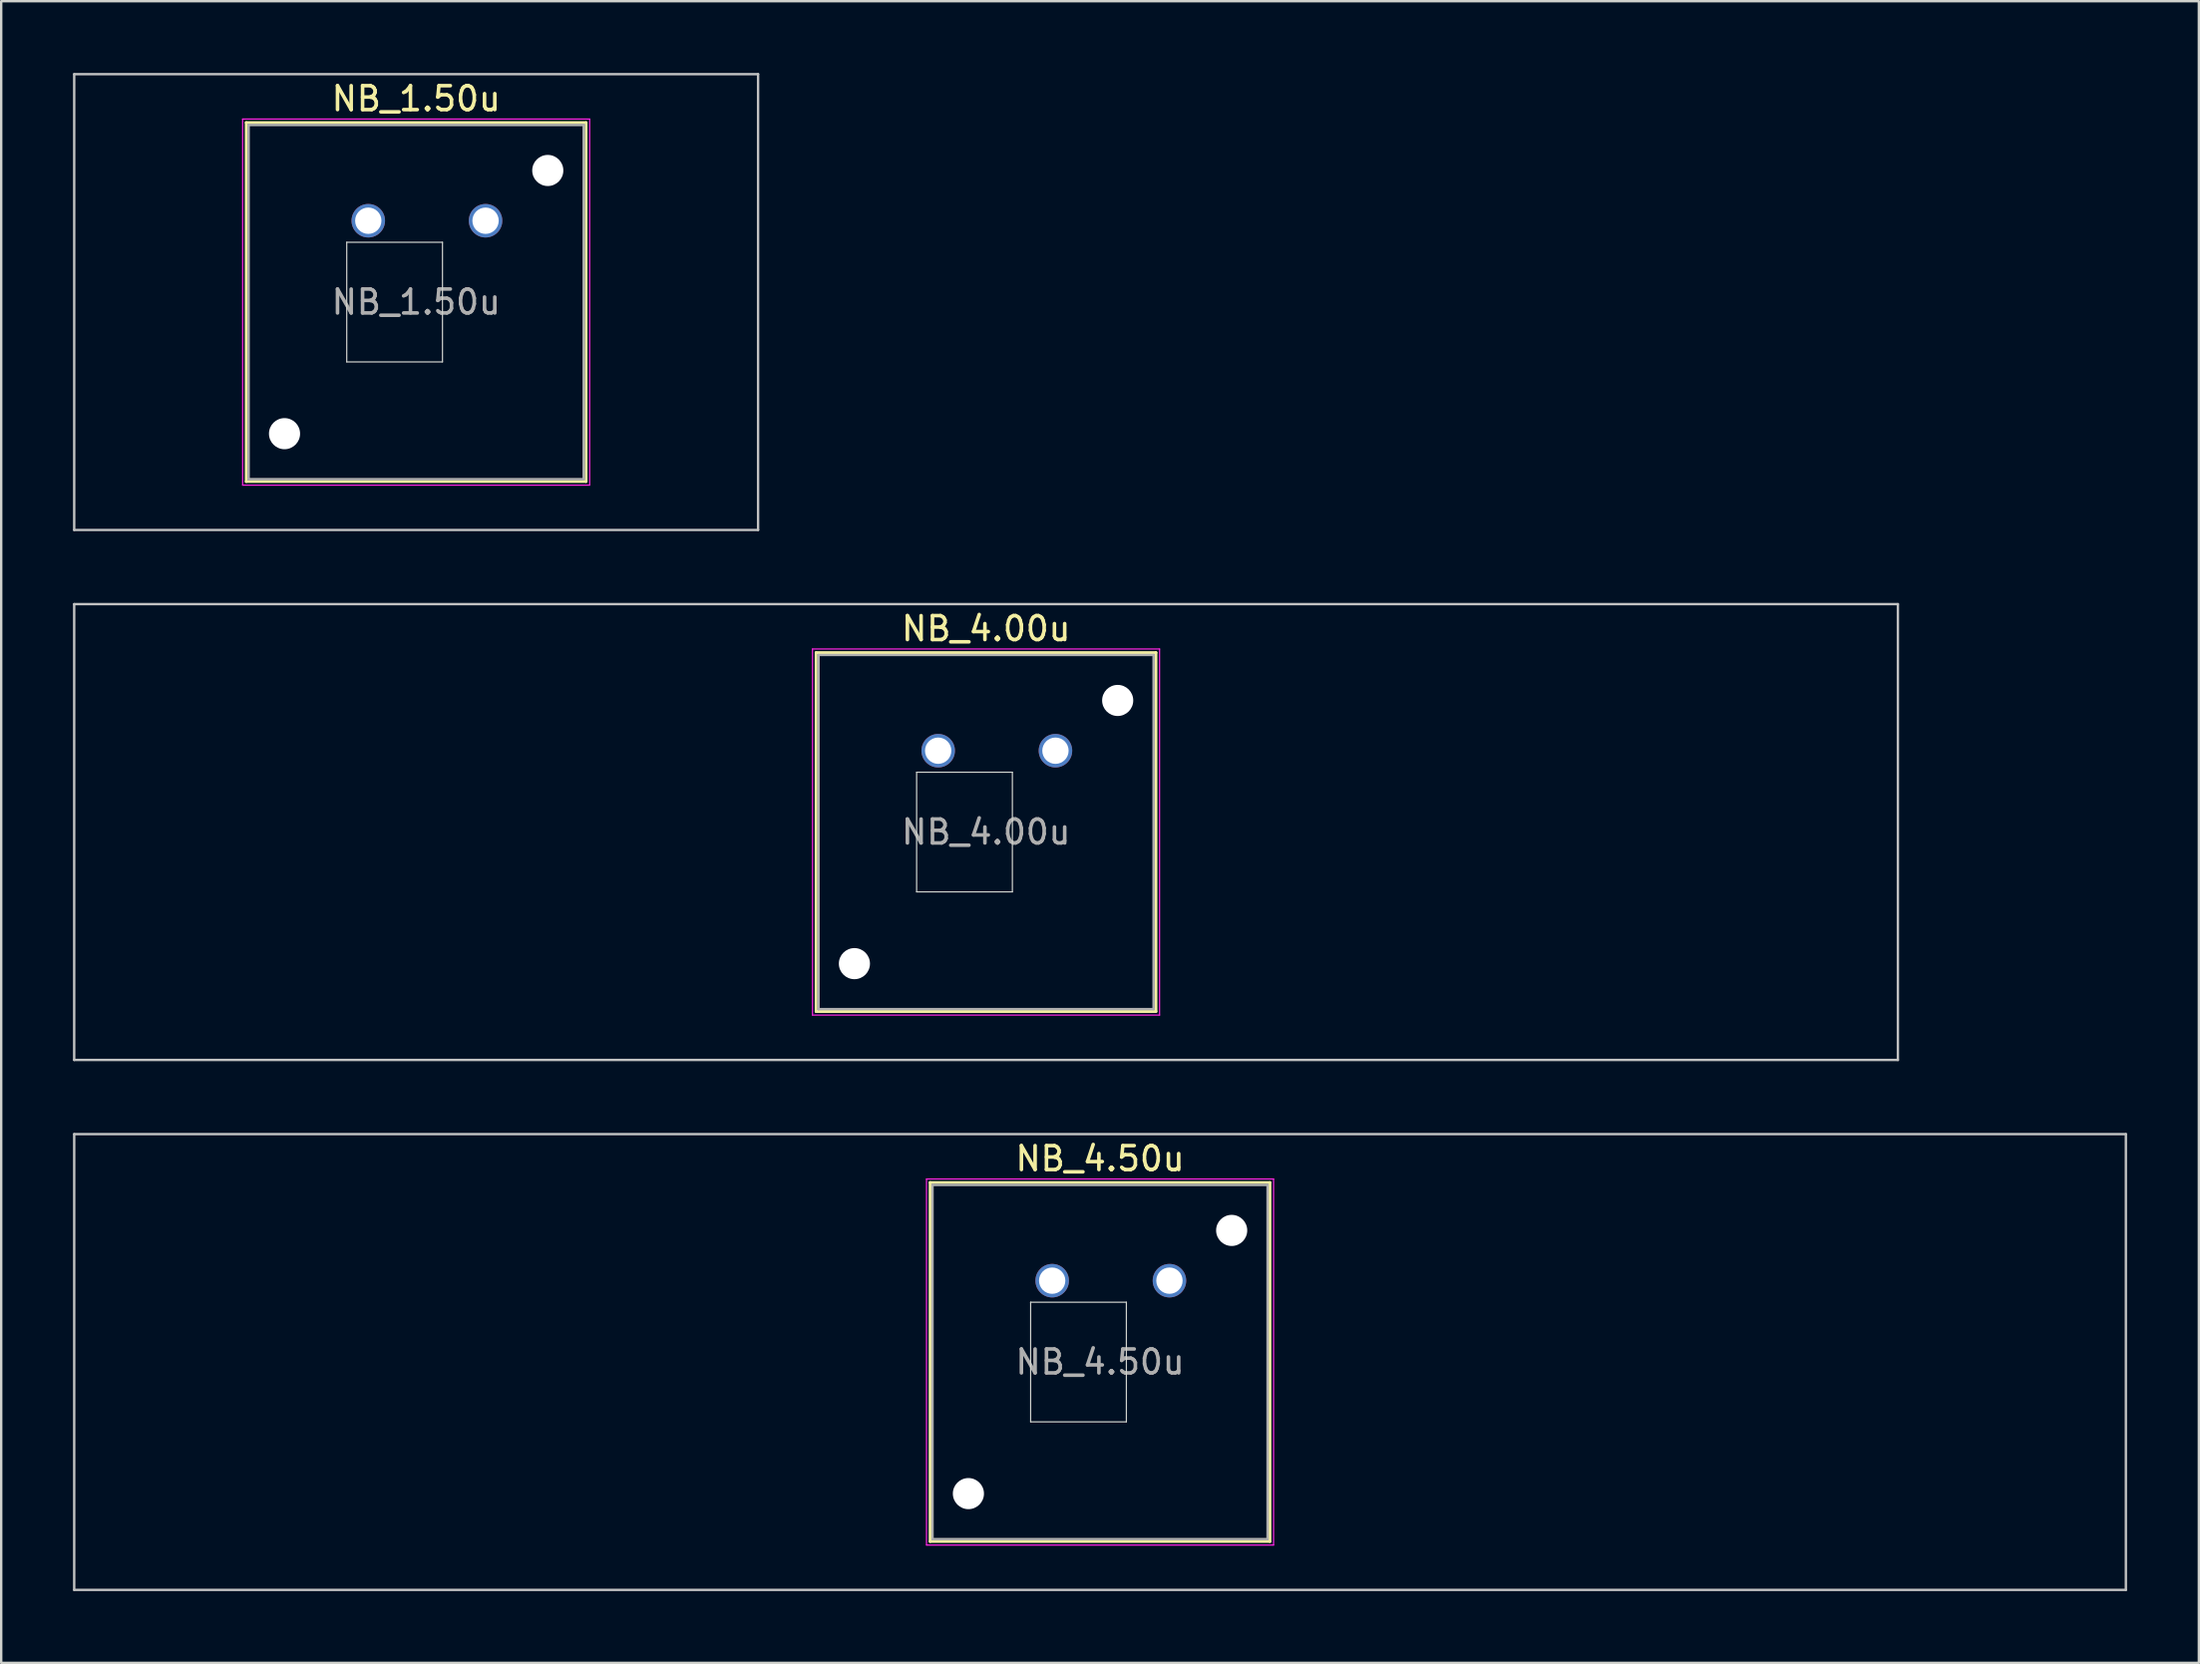
<source format=kicad_pcb>
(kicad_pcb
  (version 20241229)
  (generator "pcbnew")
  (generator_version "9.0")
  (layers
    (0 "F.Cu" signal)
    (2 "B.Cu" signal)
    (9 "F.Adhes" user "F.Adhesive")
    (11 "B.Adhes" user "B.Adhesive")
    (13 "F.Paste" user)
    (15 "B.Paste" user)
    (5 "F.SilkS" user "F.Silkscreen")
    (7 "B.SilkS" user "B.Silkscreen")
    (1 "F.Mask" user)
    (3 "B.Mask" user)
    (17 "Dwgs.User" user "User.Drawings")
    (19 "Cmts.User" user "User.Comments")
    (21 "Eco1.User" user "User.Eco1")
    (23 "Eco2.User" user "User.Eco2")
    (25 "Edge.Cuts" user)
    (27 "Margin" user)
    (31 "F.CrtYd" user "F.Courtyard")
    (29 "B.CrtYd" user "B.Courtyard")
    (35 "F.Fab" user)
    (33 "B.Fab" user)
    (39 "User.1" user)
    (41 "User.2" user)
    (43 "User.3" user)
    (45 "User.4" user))
  (footprint "NB_4.50u"
    (layer "F.Cu")
    (at 42.913 53.875)
    (property "Reference" "NB_4.50u" (at 0 -8.5 0) (layer "F.SilkS") (effects (font (size 1 1) (thickness 0.15))))
    (attr through_hole)
    (fp_line (start -7.1 -7.5) (end -7.1 7.5) (stroke (width 0.12) (type solid)) (layer "F.SilkS"))
    (fp_line (start -7.1 7.5) (end 7.1 7.5) (stroke (width 0.12) (type solid)) (layer "F.SilkS"))
    (fp_line (start 7.1 -7.5) (end -7.1 -7.5) (stroke (width 0.12) (type solid)) (layer "F.SilkS"))
    (fp_line (start 7.1 7.5) (end 7.1 -7.5) (stroke (width 0.12) (type solid)) (layer "F.SilkS"))
    (fp_line (start -42.862 -9.525) (end -42.862 9.525) (stroke (width 0.1) (type solid)) (layer "Dwgs.User"))
    (fp_line (start -42.862 9.525) (end 42.862 9.525) (stroke (width 0.1) (type solid)) (layer "Dwgs.User"))
    (fp_line (start 42.862 -9.525) (end -42.862 -9.525) (stroke (width 0.1) (type solid)) (layer "Dwgs.User"))
    (fp_line (start 42.862 9.525) (end 42.862 -9.525) (stroke (width 0.1) (type solid)) (layer "Dwgs.User"))
    (fp_line (start -8 -8) (end -8 8) (stroke (width 0.1) (type solid)) (layer "Eco1.User"))
    (fp_line (start -8 8) (end 8 8) (stroke (width 0.1) (type solid)) (layer "Eco1.User"))
    (fp_line (start 8 -8) (end -8 -8) (stroke (width 0.1) (type solid)) (layer "Eco1.User"))
    (fp_line (start 8 8) (end 8 -8) (stroke (width 0.1) (type solid)) (layer "Eco1.User"))
    (fp_line (start -2.9 -2.5) (end 1.1 -2.5) (stroke (width 0.05) (type solid)) (layer "Edge.Cuts"))
    (fp_line (start -2.9 2.5) (end -2.9 -2.5) (stroke (width 0.05) (type solid)) (layer "Edge.Cuts"))
    (fp_line (start 1.1 -2.5) (end 1.1 2.5) (stroke (width 0.05) (type solid)) (layer "Edge.Cuts"))
    (fp_line (start 1.1 2.5) (end -2.9 2.5) (stroke (width 0.05) (type solid)) (layer "Edge.Cuts"))
    (fp_line (start -7.25 -7.65) (end -7.25 7.65) (stroke (width 0.05) (type solid)) (layer "F.CrtYd"))
    (fp_line (start -7.25 7.65) (end 7.25 7.65) (stroke (width 0.05) (type solid)) (layer "F.CrtYd"))
    (fp_line (start 7.25 -7.65) (end -7.25 -7.65) (stroke (width 0.05) (type solid)) (layer "F.CrtYd"))
    (fp_line (start 7.25 7.65) (end 7.25 -7.65) (stroke (width 0.05) (type solid)) (layer "F.CrtYd"))
    (fp_line (start -7 -7.4) (end -7 7.4) (stroke (width 0.1) (type solid)) (layer "F.Fab"))
    (fp_line (start -7 7.4) (end 7 7.4) (stroke (width 0.1) (type solid)) (layer "F.Fab"))
    (fp_line (start 7 -7.4) (end -7 -7.4) (stroke (width 0.1) (type solid)) (layer "F.Fab"))
    (fp_line (start 7 7.4) (end 7 -7.4) (stroke (width 0.1) (type solid)) (layer "F.Fab"))
    (fp_text user "${REFERENCE}" (at 0 0 0) (layer "F.Fab") (effects (font (size 1 1) (thickness 0.15))))
    (pad "" np_thru_hole circle (at -5.5 5.5) (size 1.3 1.3) (drill 1.3) (layers "*.Cu" "*.Mask"))
    (pad "" np_thru_hole circle (at 5.5 -5.5) (size 1.3 1.3) (drill 1.3) (layers "*.Cu" "*.Mask"))
    (pad "1" thru_hole circle (at -2 -3.4) (size 1.4 1.4) (drill 1.1) (layers "*.Cu" "*.Mask"))
    (pad "2" thru_hole circle (at 2.9 -3.4) (size 1.4 1.4) (drill 1.1) (layers "*.Cu" "*.Mask")))
  (footprint "NB_4.00u"
    (layer "F.Cu")
    (at 38.15 31.725)
    (property "Reference" "NB_4.00u" (at 0 -8.5 0) (layer "F.SilkS") (effects (font (size 1 1) (thickness 0.15))))
    (attr through_hole)
    (fp_line (start -7.1 -7.5) (end -7.1 7.5) (stroke (width 0.12) (type solid)) (layer "F.SilkS"))
    (fp_line (start -7.1 7.5) (end 7.1 7.5) (stroke (width 0.12) (type solid)) (layer "F.SilkS"))
    (fp_line (start 7.1 -7.5) (end -7.1 -7.5) (stroke (width 0.12) (type solid)) (layer "F.SilkS"))
    (fp_line (start 7.1 7.5) (end 7.1 -7.5) (stroke (width 0.12) (type solid)) (layer "F.SilkS"))
    (fp_line (start -38.1 -9.525) (end -38.1 9.525) (stroke (width 0.1) (type solid)) (layer "Dwgs.User"))
    (fp_line (start -38.1 9.525) (end 38.1 9.525) (stroke (width 0.1) (type solid)) (layer "Dwgs.User"))
    (fp_line (start 38.1 -9.525) (end -38.1 -9.525) (stroke (width 0.1) (type solid)) (layer "Dwgs.User"))
    (fp_line (start 38.1 9.525) (end 38.1 -9.525) (stroke (width 0.1) (type solid)) (layer "Dwgs.User"))
    (fp_line (start -8 -8) (end -8 8) (stroke (width 0.1) (type solid)) (layer "Eco1.User"))
    (fp_line (start -8 8) (end 8 8) (stroke (width 0.1) (type solid)) (layer "Eco1.User"))
    (fp_line (start 8 -8) (end -8 -8) (stroke (width 0.1) (type solid)) (layer "Eco1.User"))
    (fp_line (start 8 8) (end 8 -8) (stroke (width 0.1) (type solid)) (layer "Eco1.User"))
    (fp_line (start -2.9 -2.5) (end 1.1 -2.5) (stroke (width 0.05) (type solid)) (layer "Edge.Cuts"))
    (fp_line (start -2.9 2.5) (end -2.9 -2.5) (stroke (width 0.05) (type solid)) (layer "Edge.Cuts"))
    (fp_line (start 1.1 -2.5) (end 1.1 2.5) (stroke (width 0.05) (type solid)) (layer "Edge.Cuts"))
    (fp_line (start 1.1 2.5) (end -2.9 2.5) (stroke (width 0.05) (type solid)) (layer "Edge.Cuts"))
    (fp_line (start -7.25 -7.65) (end -7.25 7.65) (stroke (width 0.05) (type solid)) (layer "F.CrtYd"))
    (fp_line (start -7.25 7.65) (end 7.25 7.65) (stroke (width 0.05) (type solid)) (layer "F.CrtYd"))
    (fp_line (start 7.25 -7.65) (end -7.25 -7.65) (stroke (width 0.05) (type solid)) (layer "F.CrtYd"))
    (fp_line (start 7.25 7.65) (end 7.25 -7.65) (stroke (width 0.05) (type solid)) (layer "F.CrtYd"))
    (fp_line (start -7 -7.4) (end -7 7.4) (stroke (width 0.1) (type solid)) (layer "F.Fab"))
    (fp_line (start -7 7.4) (end 7 7.4) (stroke (width 0.1) (type solid)) (layer "F.Fab"))
    (fp_line (start 7 -7.4) (end -7 -7.4) (stroke (width 0.1) (type solid)) (layer "F.Fab"))
    (fp_line (start 7 7.4) (end 7 -7.4) (stroke (width 0.1) (type solid)) (layer "F.Fab"))
    (fp_text user "${REFERENCE}" (at 0 0 0) (layer "F.Fab") (effects (font (size 1 1) (thickness 0.15))))
    (pad "" np_thru_hole circle (at -5.5 5.5) (size 1.3 1.3) (drill 1.3) (layers "*.Cu" "*.Mask"))
    (pad "" np_thru_hole circle (at 5.5 -5.5) (size 1.3 1.3) (drill 1.3) (layers "*.Cu" "*.Mask"))
    (pad "1" thru_hole circle (at -2 -3.4) (size 1.4 1.4) (drill 1.1) (layers "*.Cu" "*.Mask"))
    (pad "2" thru_hole circle (at 2.9 -3.4) (size 1.4 1.4) (drill 1.1) (layers "*.Cu" "*.Mask")))
  (footprint "NB_1.50u"
    (layer "F.Cu")
    (at 14.338 9.575)
    (property "Reference" "NB_1.50u" (at 0 -8.5 0) (layer "F.SilkS") (effects (font (size 1 1) (thickness 0.15))))
    (attr through_hole)
    (fp_line (start -7.1 -7.5) (end -7.1 7.5) (stroke (width 0.12) (type solid)) (layer "F.SilkS"))
    (fp_line (start -7.1 7.5) (end 7.1 7.5) (stroke (width 0.12) (type solid)) (layer "F.SilkS"))
    (fp_line (start 7.1 -7.5) (end -7.1 -7.5) (stroke (width 0.12) (type solid)) (layer "F.SilkS"))
    (fp_line (start 7.1 7.5) (end 7.1 -7.5) (stroke (width 0.12) (type solid)) (layer "F.SilkS"))
    (fp_line (start -14.287 -9.525) (end -14.287 9.525) (stroke (width 0.1) (type solid)) (layer "Dwgs.User"))
    (fp_line (start -14.287 9.525) (end 14.287 9.525) (stroke (width 0.1) (type solid)) (layer "Dwgs.User"))
    (fp_line (start 14.287 -9.525) (end -14.287 -9.525) (stroke (width 0.1) (type solid)) (layer "Dwgs.User"))
    (fp_line (start 14.287 9.525) (end 14.287 -9.525) (stroke (width 0.1) (type solid)) (layer "Dwgs.User"))
    (fp_line (start -8 -8) (end -8 8) (stroke (width 0.1) (type solid)) (layer "Eco1.User"))
    (fp_line (start -8 8) (end 8 8) (stroke (width 0.1) (type solid)) (layer "Eco1.User"))
    (fp_line (start 8 -8) (end -8 -8) (stroke (width 0.1) (type solid)) (layer "Eco1.User"))
    (fp_line (start 8 8) (end 8 -8) (stroke (width 0.1) (type solid)) (layer "Eco1.User"))
    (fp_line (start -2.9 -2.5) (end 1.1 -2.5) (stroke (width 0.05) (type solid)) (layer "Edge.Cuts"))
    (fp_line (start -2.9 2.5) (end -2.9 -2.5) (stroke (width 0.05) (type solid)) (layer "Edge.Cuts"))
    (fp_line (start 1.1 -2.5) (end 1.1 2.5) (stroke (width 0.05) (type solid)) (layer "Edge.Cuts"))
    (fp_line (start 1.1 2.5) (end -2.9 2.5) (stroke (width 0.05) (type solid)) (layer "Edge.Cuts"))
    (fp_line (start -7.25 -7.65) (end -7.25 7.65) (stroke (width 0.05) (type solid)) (layer "F.CrtYd"))
    (fp_line (start -7.25 7.65) (end 7.25 7.65) (stroke (width 0.05) (type solid)) (layer "F.CrtYd"))
    (fp_line (start 7.25 -7.65) (end -7.25 -7.65) (stroke (width 0.05) (type solid)) (layer "F.CrtYd"))
    (fp_line (start 7.25 7.65) (end 7.25 -7.65) (stroke (width 0.05) (type solid)) (layer "F.CrtYd"))
    (fp_line (start -7 -7.4) (end -7 7.4) (stroke (width 0.1) (type solid)) (layer "F.Fab"))
    (fp_line (start -7 7.4) (end 7 7.4) (stroke (width 0.1) (type solid)) (layer "F.Fab"))
    (fp_line (start 7 -7.4) (end -7 -7.4) (stroke (width 0.1) (type solid)) (layer "F.Fab"))
    (fp_line (start 7 7.4) (end 7 -7.4) (stroke (width 0.1) (type solid)) (layer "F.Fab"))
    (fp_text user "${REFERENCE}" (at 0 0 0) (layer "F.Fab") (effects (font (size 1 1) (thickness 0.15))))
    (pad "" np_thru_hole circle (at -5.5 5.5) (size 1.3 1.3) (drill 1.3) (layers "*.Cu" "*.Mask"))
    (pad "" np_thru_hole circle (at 5.5 -5.5) (size 1.3 1.3) (drill 1.3) (layers "*.Cu" "*.Mask"))
    (pad "1" thru_hole circle (at -2 -3.4) (size 1.4 1.4) (drill 1.1) (layers "*.Cu" "*.Mask"))
    (pad "2" thru_hole circle (at 2.9 -3.4) (size 1.4 1.4) (drill 1.1) (layers "*.Cu" "*.Mask")))
  (gr_rect
    (start -3 -3)
    (end 88.825 66.45)
    (stroke (width 0.1) (type default))
    (fill no)
    (layer "Edge.Cuts")))
</source>
